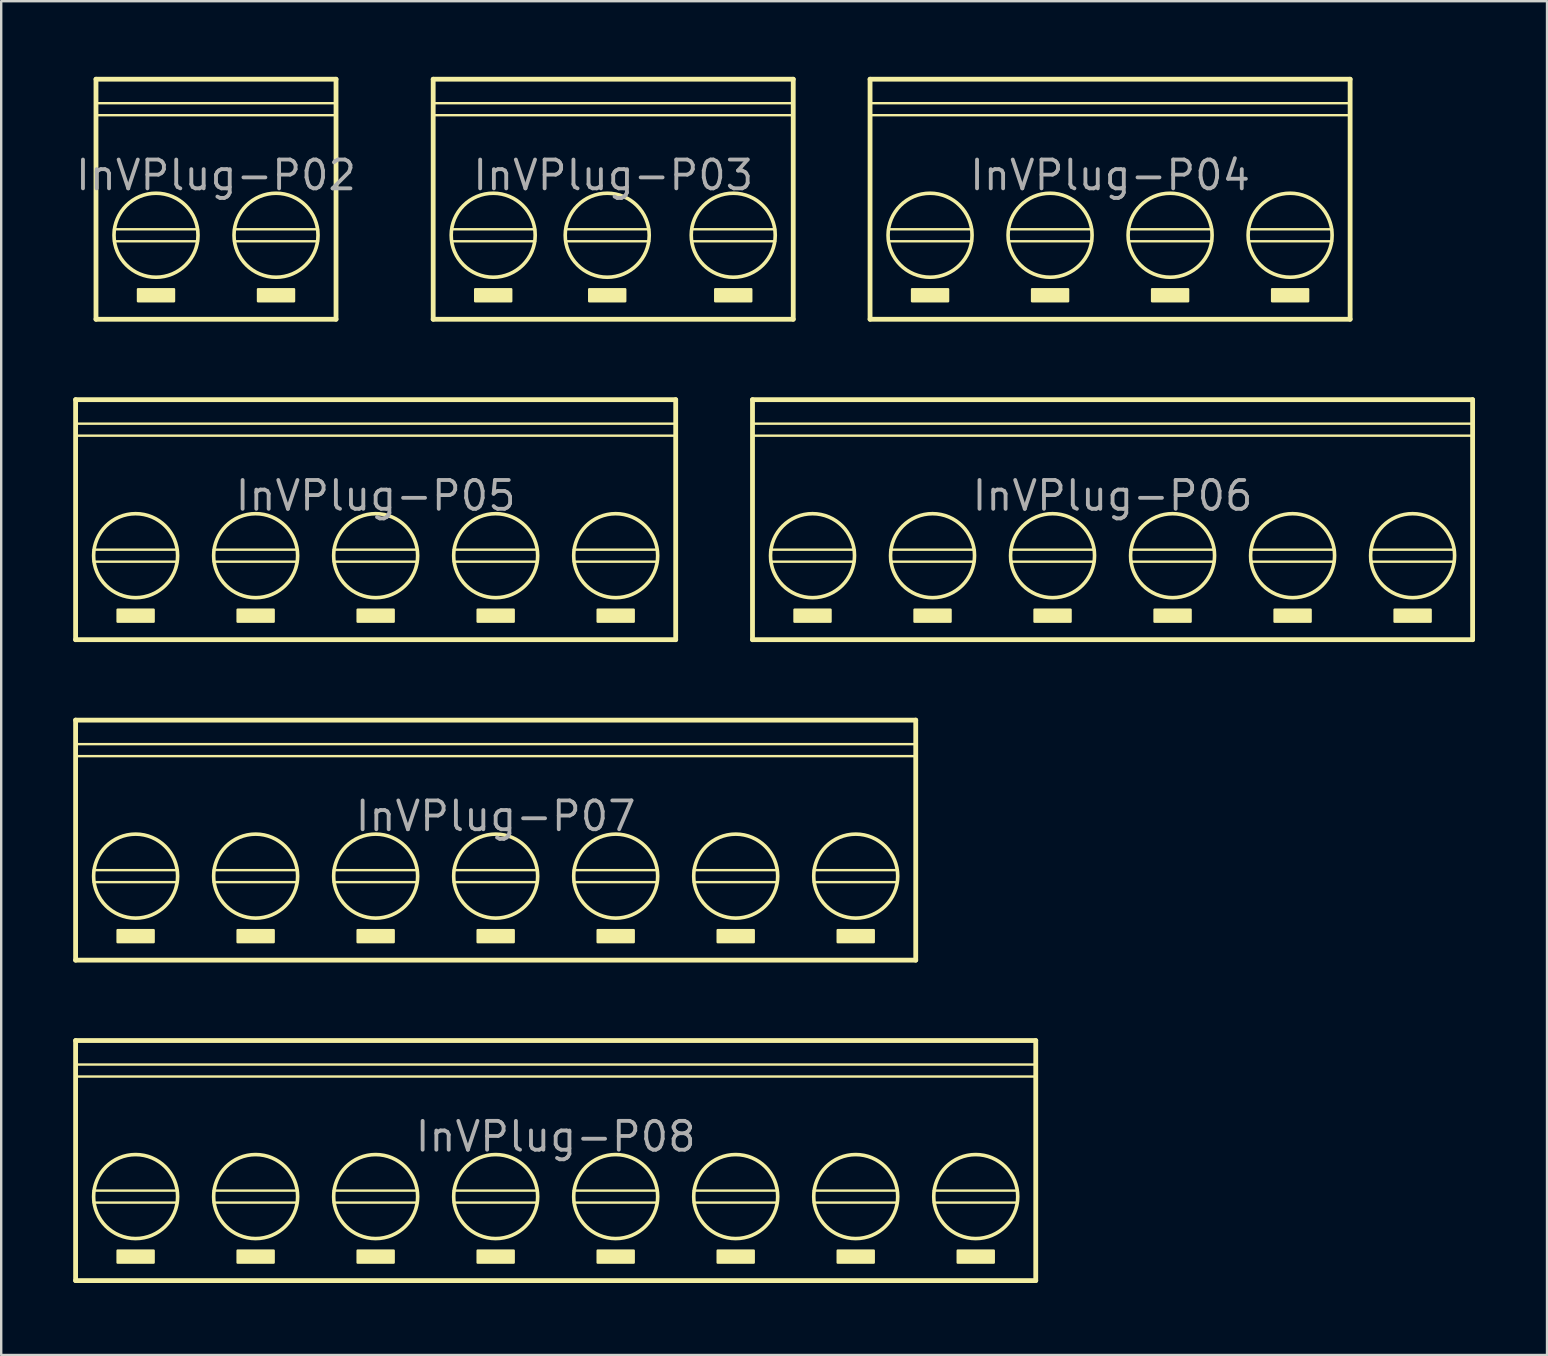
<source format=kicad_pcb>
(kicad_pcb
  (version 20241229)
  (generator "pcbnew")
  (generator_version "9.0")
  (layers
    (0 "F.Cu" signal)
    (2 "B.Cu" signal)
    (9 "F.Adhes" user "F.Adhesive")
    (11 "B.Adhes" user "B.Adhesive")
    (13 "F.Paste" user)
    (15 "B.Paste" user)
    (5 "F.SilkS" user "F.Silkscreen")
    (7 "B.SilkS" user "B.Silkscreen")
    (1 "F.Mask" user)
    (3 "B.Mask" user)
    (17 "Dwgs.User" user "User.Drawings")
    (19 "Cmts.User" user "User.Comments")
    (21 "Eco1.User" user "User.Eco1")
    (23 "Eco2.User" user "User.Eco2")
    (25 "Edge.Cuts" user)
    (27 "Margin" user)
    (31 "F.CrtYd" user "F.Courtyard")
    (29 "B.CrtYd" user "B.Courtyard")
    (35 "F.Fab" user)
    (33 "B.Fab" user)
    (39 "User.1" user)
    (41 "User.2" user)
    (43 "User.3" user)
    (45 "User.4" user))
  (footprint "InVPlug-P03"
    (layer "F.Cu")
    (at 22.497 0.25)
    (property "Reference" "InVPlug-P03" (at 0 4 180) (layer "F.Fab") (effects (font (size 1.2 1.2) (thickness 0.16))))
    (attr through_hole)
    (fp_line (start -7.5 0) (end 7.5 0) (stroke (width 0.2) (type solid)) (layer "F.SilkS"))
    (fp_line (start -7.5 1) (end 7.5 1) (stroke (width 0.1) (type default)) (layer "F.SilkS"))
    (fp_line (start -7.5 1.5) (end 7.5 1.5) (stroke (width 0.1) (type default)) (layer "F.SilkS"))
    (fp_line (start -7.5 10) (end -7.5 0) (stroke (width 0.2) (type solid)) (layer "F.SilkS"))
    (fp_line (start -6.75 6.25) (end -3.25 6.25) (stroke (width 0.1) (type default)) (layer "F.SilkS"))
    (fp_line (start -6.75 6.75) (end -3.25 6.75) (stroke (width 0.1) (type default)) (layer "F.SilkS"))
    (fp_line (start -2 6.25) (end 1.5 6.25) (stroke (width 0.1) (type default)) (layer "F.SilkS"))
    (fp_line (start -2 6.75) (end 1.5 6.75) (stroke (width 0.1) (type default)) (layer "F.SilkS"))
    (fp_line (start 3.25 6.25) (end 6.75 6.25) (stroke (width 0.1) (type default)) (layer "F.SilkS"))
    (fp_line (start 3.25 6.75) (end 6.75 6.75) (stroke (width 0.1) (type default)) (layer "F.SilkS"))
    (fp_line (start 7.5 10) (end -7.5 10) (stroke (width 0.2) (type solid)) (layer "F.SilkS"))
    (fp_line (start 7.5 10) (end 7.5 0) (stroke (width 0.2) (type solid)) (layer "F.SilkS"))
    (fp_rect (start -5.75 8.75) (end -4.25 9.25) (stroke (width 0.1) (type solid)) (fill yes) (layer "F.SilkS"))
    (fp_rect (start -1 8.75) (end 0.5 9.25) (stroke (width 0.1) (type solid)) (fill yes) (layer "F.SilkS"))
    (fp_rect (start 4.25 8.75) (end 5.75 9.25) (stroke (width 0.1) (type solid)) (fill yes) (layer "F.SilkS"))
    (fp_circle (center -5 6.5) (end -3.25 6.5) (stroke (width 0.15) (type default)) (fill no) (layer "F.SilkS"))
    (fp_circle (center -0.25 6.5) (end 1.5 6.5) (stroke (width 0.15) (type default)) (fill no) (layer "F.SilkS"))
    (fp_circle (center 5 6.5) (end 6.75 6.5) (stroke (width 0.15) (type default)) (fill no) (layer "F.SilkS")))
  (footprint "InVPlug-P02"
    (layer "F.Cu")
    (at 5.949 0.25)
    (property "Reference" "InVPlug-P02" (at 0 4 180) (layer "F.Fab") (effects (font (size 1.2 1.2) (thickness 0.16))))
    (attr through_hole)
    (fp_line (start -5 0) (end 5 0) (stroke (width 0.2) (type solid)) (layer "F.SilkS"))
    (fp_line (start -5 1) (end 5 1) (stroke (width 0.1) (type default)) (layer "F.SilkS"))
    (fp_line (start -5 1.5) (end 5 1.5) (stroke (width 0.1) (type default)) (layer "F.SilkS"))
    (fp_line (start -5 10) (end -5 0) (stroke (width 0.2) (type solid)) (layer "F.SilkS"))
    (fp_line (start -4.25 6.25) (end -0.75 6.25) (stroke (width 0.1) (type default)) (layer "F.SilkS"))
    (fp_line (start -4.25 6.75) (end -0.75 6.75) (stroke (width 0.1) (type default)) (layer "F.SilkS"))
    (fp_line (start 0.75 6.25) (end 4.25 6.25) (stroke (width 0.1) (type default)) (layer "F.SilkS"))
    (fp_line (start 0.75 6.75) (end 4.25 6.75) (stroke (width 0.1) (type default)) (layer "F.SilkS"))
    (fp_line (start 5 10) (end -5 10) (stroke (width 0.2) (type solid)) (layer "F.SilkS"))
    (fp_line (start 5 10) (end 5 0) (stroke (width 0.2) (type solid)) (layer "F.SilkS"))
    (fp_rect (start -3.25 8.75) (end -1.75 9.25) (stroke (width 0.1) (type solid)) (fill yes) (layer "F.SilkS"))
    (fp_rect (start 1.75 8.75) (end 3.25 9.25) (stroke (width 0.1) (type solid)) (fill yes) (layer "F.SilkS"))
    (fp_circle (center -2.5 6.5) (end -0.75 6.5) (stroke (width 0.15) (type default)) (fill no) (layer "F.SilkS"))
    (fp_circle (center 2.5 6.5) (end 4.25 6.5) (stroke (width 0.15) (type default)) (fill no) (layer "F.SilkS")))
  (footprint "InVPlug-P05"
    (layer "F.Cu")
    (at 12.6 13.6)
    (property "Reference" "InVPlug-P05" (at 0 4 180) (layer "F.Fab") (effects (font (size 1.2 1.2) (thickness 0.16))))
    (attr through_hole)
    (fp_line (start -12.5 0) (end 12.5 0) (stroke (width 0.2) (type solid)) (layer "F.SilkS"))
    (fp_line (start -12.5 1) (end 12.5 1) (stroke (width 0.1) (type default)) (layer "F.SilkS"))
    (fp_line (start -12.5 1.5) (end 12.5 1.5) (stroke (width 0.1) (type default)) (layer "F.SilkS"))
    (fp_line (start -12.5 10) (end -12.5 0) (stroke (width 0.2) (type solid)) (layer "F.SilkS"))
    (fp_line (start -11.75 6.25) (end -8.25 6.25) (stroke (width 0.1) (type default)) (layer "F.SilkS"))
    (fp_line (start -11.75 6.75) (end -8.25 6.75) (stroke (width 0.1) (type default)) (layer "F.SilkS"))
    (fp_line (start -6.75 6.25) (end -3.25 6.25) (stroke (width 0.1) (type default)) (layer "F.SilkS"))
    (fp_line (start -6.75 6.75) (end -3.25 6.75) (stroke (width 0.1) (type default)) (layer "F.SilkS"))
    (fp_line (start -1.75 6.25) (end 1.75 6.25) (stroke (width 0.1) (type default)) (layer "F.SilkS"))
    (fp_line (start -1.75 6.75) (end 1.75 6.75) (stroke (width 0.1) (type default)) (layer "F.SilkS"))
    (fp_line (start 3.25 6.25) (end 6.75 6.25) (stroke (width 0.1) (type default)) (layer "F.SilkS"))
    (fp_line (start 3.25 6.75) (end 6.75 6.75) (stroke (width 0.1) (type default)) (layer "F.SilkS"))
    (fp_line (start 8.25 6.25) (end 11.75 6.25) (stroke (width 0.1) (type default)) (layer "F.SilkS"))
    (fp_line (start 8.25 6.75) (end 11.75 6.75) (stroke (width 0.1) (type default)) (layer "F.SilkS"))
    (fp_line (start 12.5 10) (end -12.5 10) (stroke (width 0.2) (type solid)) (layer "F.SilkS"))
    (fp_line (start 12.5 10) (end 12.5 0) (stroke (width 0.2) (type solid)) (layer "F.SilkS"))
    (fp_rect (start -10.75 8.75) (end -9.25 9.25) (stroke (width 0.1) (type solid)) (fill yes) (layer "F.SilkS"))
    (fp_rect (start -5.75 8.75) (end -4.25 9.25) (stroke (width 0.1) (type solid)) (fill yes) (layer "F.SilkS"))
    (fp_rect (start -0.75 8.75) (end 0.75 9.25) (stroke (width 0.1) (type solid)) (fill yes) (layer "F.SilkS"))
    (fp_rect (start 4.25 8.75) (end 5.75 9.25) (stroke (width 0.1) (type solid)) (fill yes) (layer "F.SilkS"))
    (fp_rect (start 9.25 8.75) (end 10.75 9.25) (stroke (width 0.1) (type solid)) (fill yes) (layer "F.SilkS"))
    (fp_circle (center -10 6.5) (end -8.25 6.5) (stroke (width 0.15) (type default)) (fill no) (layer "F.SilkS"))
    (fp_circle (center -5 6.5) (end -3.25 6.5) (stroke (width 0.15) (type default)) (fill no) (layer "F.SilkS"))
    (fp_circle (center 0 6.5) (end 1.75 6.5) (stroke (width 0.15) (type default)) (fill no) (layer "F.SilkS"))
    (fp_circle (center 5 6.5) (end 6.75 6.5) (stroke (width 0.15) (type default)) (fill no) (layer "F.SilkS"))
    (fp_circle (center 10 6.5) (end 11.75 6.5) (stroke (width 0.15) (type default)) (fill no) (layer "F.SilkS")))
  (footprint "InVPlug-P08"
    (layer "F.Cu")
    (at 20.1 40.3)
    (property "Reference" "InVPlug-P08" (at 0 4 180) (layer "F.Fab") (effects (font (size 1.2 1.2) (thickness 0.16))))
    (attr through_hole)
    (fp_line (start -20 0) (end 20 0) (stroke (width 0.2) (type solid)) (layer "F.SilkS"))
    (fp_line (start -20 1) (end 20 1) (stroke (width 0.1) (type default)) (layer "F.SilkS"))
    (fp_line (start -20 1.5) (end 20 1.5) (stroke (width 0.1) (type default)) (layer "F.SilkS"))
    (fp_line (start -20 10) (end -20 0) (stroke (width 0.2) (type solid)) (layer "F.SilkS"))
    (fp_line (start -19.25 6.25) (end -15.75 6.25) (stroke (width 0.1) (type default)) (layer "F.SilkS"))
    (fp_line (start -19.25 6.75) (end -15.75 6.75) (stroke (width 0.1) (type default)) (layer "F.SilkS"))
    (fp_line (start -14.25 6.25) (end -10.75 6.25) (stroke (width 0.1) (type default)) (layer "F.SilkS"))
    (fp_line (start -14.25 6.75) (end -10.75 6.75) (stroke (width 0.1) (type default)) (layer "F.SilkS"))
    (fp_line (start -9.25 6.25) (end -5.75 6.25) (stroke (width 0.1) (type default)) (layer "F.SilkS"))
    (fp_line (start -9.25 6.75) (end -5.75 6.75) (stroke (width 0.1) (type default)) (layer "F.SilkS"))
    (fp_line (start -4.25 6.25) (end -0.75 6.25) (stroke (width 0.1) (type default)) (layer "F.SilkS"))
    (fp_line (start -4.25 6.75) (end -0.75 6.75) (stroke (width 0.1) (type default)) (layer "F.SilkS"))
    (fp_line (start 0.75 6.25) (end 4.25 6.25) (stroke (width 0.1) (type default)) (layer "F.SilkS"))
    (fp_line (start 0.75 6.75) (end 4.25 6.75) (stroke (width 0.1) (type default)) (layer "F.SilkS"))
    (fp_line (start 5.75 6.25) (end 9.25 6.25) (stroke (width 0.1) (type default)) (layer "F.SilkS"))
    (fp_line (start 5.75 6.75) (end 9.25 6.75) (stroke (width 0.1) (type default)) (layer "F.SilkS"))
    (fp_line (start 10.75 6.25) (end 14.25 6.25) (stroke (width 0.1) (type default)) (layer "F.SilkS"))
    (fp_line (start 10.75 6.75) (end 14.25 6.75) (stroke (width 0.1) (type default)) (layer "F.SilkS"))
    (fp_line (start 15.75 6.25) (end 19.25 6.25) (stroke (width 0.1) (type default)) (layer "F.SilkS"))
    (fp_line (start 15.75 6.75) (end 19.25 6.75) (stroke (width 0.1) (type default)) (layer "F.SilkS"))
    (fp_line (start 20 10) (end -20 10) (stroke (width 0.2) (type solid)) (layer "F.SilkS"))
    (fp_line (start 20 10) (end 20 0) (stroke (width 0.2) (type solid)) (layer "F.SilkS"))
    (fp_rect (start -18.25 8.75) (end -16.75 9.25) (stroke (width 0.1) (type solid)) (fill yes) (layer "F.SilkS"))
    (fp_rect (start -13.25 8.75) (end -11.75 9.25) (stroke (width 0.1) (type solid)) (fill yes) (layer "F.SilkS"))
    (fp_rect (start -8.25 8.75) (end -6.75 9.25) (stroke (width 0.1) (type solid)) (fill yes) (layer "F.SilkS"))
    (fp_rect (start -3.25 8.75) (end -1.75 9.25) (stroke (width 0.1) (type solid)) (fill yes) (layer "F.SilkS"))
    (fp_rect (start 1.75 8.75) (end 3.25 9.25) (stroke (width 0.1) (type solid)) (fill yes) (layer "F.SilkS"))
    (fp_rect (start 6.75 8.75) (end 8.25 9.25) (stroke (width 0.1) (type solid)) (fill yes) (layer "F.SilkS"))
    (fp_rect (start 11.75 8.75) (end 13.25 9.25) (stroke (width 0.1) (type solid)) (fill yes) (layer "F.SilkS"))
    (fp_rect (start 16.75 8.75) (end 18.25 9.25) (stroke (width 0.1) (type solid)) (fill yes) (layer "F.SilkS"))
    (fp_circle (center -17.5 6.5) (end -15.75 6.5) (stroke (width 0.15) (type default)) (fill no) (layer "F.SilkS"))
    (fp_circle (center -12.5 6.5) (end -10.75 6.5) (stroke (width 0.15) (type default)) (fill no) (layer "F.SilkS"))
    (fp_circle (center -7.5 6.5) (end -5.75 6.5) (stroke (width 0.15) (type default)) (fill no) (layer "F.SilkS"))
    (fp_circle (center -2.5 6.5) (end -0.75 6.5) (stroke (width 0.15) (type default)) (fill no) (layer "F.SilkS"))
    (fp_circle (center 2.5 6.5) (end 4.25 6.5) (stroke (width 0.15) (type default)) (fill no) (layer "F.SilkS"))
    (fp_circle (center 7.5 6.5) (end 9.25 6.5) (stroke (width 0.15) (type default)) (fill no) (layer "F.SilkS"))
    (fp_circle (center 12.5 6.5) (end 14.25 6.5) (stroke (width 0.15) (type default)) (fill no) (layer "F.SilkS"))
    (fp_circle (center 17.5 6.5) (end 19.25 6.5) (stroke (width 0.15) (type default)) (fill no) (layer "F.SilkS")))
  (footprint "InVPlug-P04"
    (layer "F.Cu")
    (at 43.197 0.25)
    (property "Reference" "InVPlug-P04" (at 0 4 180) (layer "F.Fab") (effects (font (size 1.2 1.2) (thickness 0.16))))
    (attr through_hole)
    (fp_line (start -10 0) (end 10 0) (stroke (width 0.2) (type solid)) (layer "F.SilkS"))
    (fp_line (start -10 1) (end 10 1) (stroke (width 0.1) (type default)) (layer "F.SilkS"))
    (fp_line (start -10 1.5) (end 10 1.5) (stroke (width 0.1) (type default)) (layer "F.SilkS"))
    (fp_line (start -10 10) (end -10 0) (stroke (width 0.2) (type solid)) (layer "F.SilkS"))
    (fp_line (start -9.25 6.25) (end -5.75 6.25) (stroke (width 0.1) (type default)) (layer "F.SilkS"))
    (fp_line (start -9.25 6.75) (end -5.75 6.75) (stroke (width 0.1) (type default)) (layer "F.SilkS"))
    (fp_line (start -4.25 6.25) (end -0.75 6.25) (stroke (width 0.1) (type default)) (layer "F.SilkS"))
    (fp_line (start -4.25 6.75) (end -0.75 6.75) (stroke (width 0.1) (type default)) (layer "F.SilkS"))
    (fp_line (start 0.75 6.25) (end 4.25 6.25) (stroke (width 0.1) (type default)) (layer "F.SilkS"))
    (fp_line (start 0.75 6.75) (end 4.25 6.75) (stroke (width 0.1) (type default)) (layer "F.SilkS"))
    (fp_line (start 5.75 6.25) (end 9.25 6.25) (stroke (width 0.1) (type default)) (layer "F.SilkS"))
    (fp_line (start 5.75 6.75) (end 9.25 6.75) (stroke (width 0.1) (type default)) (layer "F.SilkS"))
    (fp_line (start 10 10) (end -10 10) (stroke (width 0.2) (type solid)) (layer "F.SilkS"))
    (fp_line (start 10 10) (end 10 0) (stroke (width 0.2) (type solid)) (layer "F.SilkS"))
    (fp_rect (start -8.25 8.75) (end -6.75 9.25) (stroke (width 0.1) (type solid)) (fill yes) (layer "F.SilkS"))
    (fp_rect (start -3.25 8.75) (end -1.75 9.25) (stroke (width 0.1) (type solid)) (fill yes) (layer "F.SilkS"))
    (fp_rect (start 1.75 8.75) (end 3.25 9.25) (stroke (width 0.1) (type solid)) (fill yes) (layer "F.SilkS"))
    (fp_rect (start 6.75 8.75) (end 8.25 9.25) (stroke (width 0.1) (type solid)) (fill yes) (layer "F.SilkS"))
    (fp_circle (center -7.5 6.5) (end -5.75 6.5) (stroke (width 0.15) (type default)) (fill no) (layer "F.SilkS"))
    (fp_circle (center -2.5 6.5) (end -0.75 6.5) (stroke (width 0.15) (type default)) (fill no) (layer "F.SilkS"))
    (fp_circle (center 2.5 6.5) (end 4.25 6.5) (stroke (width 0.15) (type default)) (fill no) (layer "F.SilkS"))
    (fp_circle (center 7.5 6.5) (end 9.25 6.5) (stroke (width 0.15) (type default)) (fill no) (layer "F.SilkS")))
  (footprint "InVPlug-P06"
    (layer "F.Cu")
    (at 43.3 13.6)
    (property "Reference" "InVPlug-P06" (at 0 4 180) (layer "F.Fab") (effects (font (size 1.2 1.2) (thickness 0.16))))
    (attr through_hole)
    (fp_line (start -15 0) (end 15 0) (stroke (width 0.2) (type solid)) (layer "F.SilkS"))
    (fp_line (start -15 1) (end 15 1) (stroke (width 0.1) (type default)) (layer "F.SilkS"))
    (fp_line (start -15 1.5) (end 15 1.5) (stroke (width 0.1) (type default)) (layer "F.SilkS"))
    (fp_line (start -15 10) (end -15 0) (stroke (width 0.2) (type solid)) (layer "F.SilkS"))
    (fp_line (start -14.25 6.25) (end -10.75 6.25) (stroke (width 0.1) (type default)) (layer "F.SilkS"))
    (fp_line (start -14.25 6.75) (end -10.75 6.75) (stroke (width 0.1) (type default)) (layer "F.SilkS"))
    (fp_line (start -9.25 6.25) (end -5.75 6.25) (stroke (width 0.1) (type default)) (layer "F.SilkS"))
    (fp_line (start -9.25 6.75) (end -5.75 6.75) (stroke (width 0.1) (type default)) (layer "F.SilkS"))
    (fp_line (start -4.25 6.25) (end -0.75 6.25) (stroke (width 0.1) (type default)) (layer "F.SilkS"))
    (fp_line (start -4.25 6.75) (end -0.75 6.75) (stroke (width 0.1) (type default)) (layer "F.SilkS"))
    (fp_line (start 0.75 6.25) (end 4.25 6.25) (stroke (width 0.1) (type default)) (layer "F.SilkS"))
    (fp_line (start 0.75 6.75) (end 4.25 6.75) (stroke (width 0.1) (type default)) (layer "F.SilkS"))
    (fp_line (start 5.75 6.25) (end 9.25 6.25) (stroke (width 0.1) (type default)) (layer "F.SilkS"))
    (fp_line (start 5.75 6.75) (end 9.25 6.75) (stroke (width 0.1) (type default)) (layer "F.SilkS"))
    (fp_line (start 10.75 6.25) (end 14.25 6.25) (stroke (width 0.1) (type default)) (layer "F.SilkS"))
    (fp_line (start 10.75 6.75) (end 14.25 6.75) (stroke (width 0.1) (type default)) (layer "F.SilkS"))
    (fp_line (start 15 10) (end -15 10) (stroke (width 0.2) (type solid)) (layer "F.SilkS"))
    (fp_line (start 15 10) (end 15 0) (stroke (width 0.2) (type solid)) (layer "F.SilkS"))
    (fp_rect (start -13.25 8.75) (end -11.75 9.25) (stroke (width 0.1) (type solid)) (fill yes) (layer "F.SilkS"))
    (fp_rect (start -8.25 8.75) (end -6.75 9.25) (stroke (width 0.1) (type solid)) (fill yes) (layer "F.SilkS"))
    (fp_rect (start -3.25 8.75) (end -1.75 9.25) (stroke (width 0.1) (type solid)) (fill yes) (layer "F.SilkS"))
    (fp_rect (start 1.75 8.75) (end 3.25 9.25) (stroke (width 0.1) (type solid)) (fill yes) (layer "F.SilkS"))
    (fp_rect (start 6.75 8.75) (end 8.25 9.25) (stroke (width 0.1) (type solid)) (fill yes) (layer "F.SilkS"))
    (fp_rect (start 11.75 8.75) (end 13.25 9.25) (stroke (width 0.1) (type solid)) (fill yes) (layer "F.SilkS"))
    (fp_circle (center -12.5 6.5) (end -10.75 6.5) (stroke (width 0.15) (type default)) (fill no) (layer "F.SilkS"))
    (fp_circle (center -7.5 6.5) (end -5.75 6.5) (stroke (width 0.15) (type default)) (fill no) (layer "F.SilkS"))
    (fp_circle (center -2.5 6.5) (end -0.75 6.5) (stroke (width 0.15) (type default)) (fill no) (layer "F.SilkS"))
    (fp_circle (center 2.5 6.5) (end 4.25 6.5) (stroke (width 0.15) (type default)) (fill no) (layer "F.SilkS"))
    (fp_circle (center 7.5 6.5) (end 9.25 6.5) (stroke (width 0.15) (type default)) (fill no) (layer "F.SilkS"))
    (fp_circle (center 12.5 6.5) (end 14.25 6.5) (stroke (width 0.15) (type default)) (fill no) (layer "F.SilkS")))
  (footprint "InVPlug-P07"
    (layer "F.Cu")
    (at 17.6 26.95)
    (property "Reference" "InVPlug-P07" (at 0 4 180) (layer "F.Fab") (effects (font (size 1.2 1.2) (thickness 0.16))))
    (attr through_hole)
    (fp_line (start -17.5 0) (end 17.5 0) (stroke (width 0.2) (type solid)) (layer "F.SilkS"))
    (fp_line (start -17.5 1) (end 17.5 1) (stroke (width 0.1) (type default)) (layer "F.SilkS"))
    (fp_line (start -17.5 1.5) (end 17.5 1.5) (stroke (width 0.1) (type default)) (layer "F.SilkS"))
    (fp_line (start -17.5 10) (end -17.5 0) (stroke (width 0.2) (type solid)) (layer "F.SilkS"))
    (fp_line (start -16.75 6.25) (end -13.25 6.25) (stroke (width 0.1) (type default)) (layer "F.SilkS"))
    (fp_line (start -16.75 6.75) (end -13.25 6.75) (stroke (width 0.1) (type default)) (layer "F.SilkS"))
    (fp_line (start -11.75 6.25) (end -8.25 6.25) (stroke (width 0.1) (type default)) (layer "F.SilkS"))
    (fp_line (start -11.75 6.75) (end -8.25 6.75) (stroke (width 0.1) (type default)) (layer "F.SilkS"))
    (fp_line (start -6.75 6.25) (end -3.25 6.25) (stroke (width 0.1) (type default)) (layer "F.SilkS"))
    (fp_line (start -6.75 6.75) (end -3.25 6.75) (stroke (width 0.1) (type default)) (layer "F.SilkS"))
    (fp_line (start -1.75 6.25) (end 1.75 6.25) (stroke (width 0.1) (type default)) (layer "F.SilkS"))
    (fp_line (start -1.75 6.75) (end 1.75 6.75) (stroke (width 0.1) (type default)) (layer "F.SilkS"))
    (fp_line (start 3.25 6.25) (end 6.75 6.25) (stroke (width 0.1) (type default)) (layer "F.SilkS"))
    (fp_line (start 3.25 6.75) (end 6.75 6.75) (stroke (width 0.1) (type default)) (layer "F.SilkS"))
    (fp_line (start 8.25 6.25) (end 11.75 6.25) (stroke (width 0.1) (type default)) (layer "F.SilkS"))
    (fp_line (start 8.25 6.75) (end 11.75 6.75) (stroke (width 0.1) (type default)) (layer "F.SilkS"))
    (fp_line (start 13.25 6.25) (end 16.75 6.25) (stroke (width 0.1) (type default)) (layer "F.SilkS"))
    (fp_line (start 13.25 6.75) (end 16.75 6.75) (stroke (width 0.1) (type default)) (layer "F.SilkS"))
    (fp_line (start 17.5 10) (end -17.5 10) (stroke (width 0.2) (type solid)) (layer "F.SilkS"))
    (fp_line (start 17.5 10) (end 17.5 0) (stroke (width 0.2) (type solid)) (layer "F.SilkS"))
    (fp_rect (start -15.75 8.75) (end -14.25 9.25) (stroke (width 0.1) (type solid)) (fill yes) (layer "F.SilkS"))
    (fp_rect (start -10.75 8.75) (end -9.25 9.25) (stroke (width 0.1) (type solid)) (fill yes) (layer "F.SilkS"))
    (fp_rect (start -5.75 8.75) (end -4.25 9.25) (stroke (width 0.1) (type solid)) (fill yes) (layer "F.SilkS"))
    (fp_rect (start -0.75 8.75) (end 0.75 9.25) (stroke (width 0.1) (type solid)) (fill yes) (layer "F.SilkS"))
    (fp_rect (start 4.25 8.75) (end 5.75 9.25) (stroke (width 0.1) (type solid)) (fill yes) (layer "F.SilkS"))
    (fp_rect (start 9.25 8.75) (end 10.75 9.25) (stroke (width 0.1) (type solid)) (fill yes) (layer "F.SilkS"))
    (fp_rect (start 14.25 8.75) (end 15.75 9.25) (stroke (width 0.1) (type solid)) (fill yes) (layer "F.SilkS"))
    (fp_circle (center -15 6.5) (end -13.25 6.5) (stroke (width 0.15) (type default)) (fill no) (layer "F.SilkS"))
    (fp_circle (center -10 6.5) (end -8.25 6.5) (stroke (width 0.15) (type default)) (fill no) (layer "F.SilkS"))
    (fp_circle (center -5 6.5) (end -3.25 6.5) (stroke (width 0.15) (type default)) (fill no) (layer "F.SilkS"))
    (fp_circle (center 0 6.5) (end 1.75 6.5) (stroke (width 0.15) (type default)) (fill no) (layer "F.SilkS"))
    (fp_circle (center 5 6.5) (end 6.75 6.5) (stroke (width 0.15) (type default)) (fill no) (layer "F.SilkS"))
    (fp_circle (center 10 6.5) (end 11.75 6.5) (stroke (width 0.15) (type default)) (fill no) (layer "F.SilkS"))
    (fp_circle (center 15 6.5) (end 16.75 6.5) (stroke (width 0.15) (type default)) (fill no) (layer "F.SilkS")))
  (gr_rect
    (start -3 -3)
    (end 61.4 53.4)
    (stroke (width 0.1) (type default))
    (fill no)
    (layer "Edge.Cuts")))
</source>
